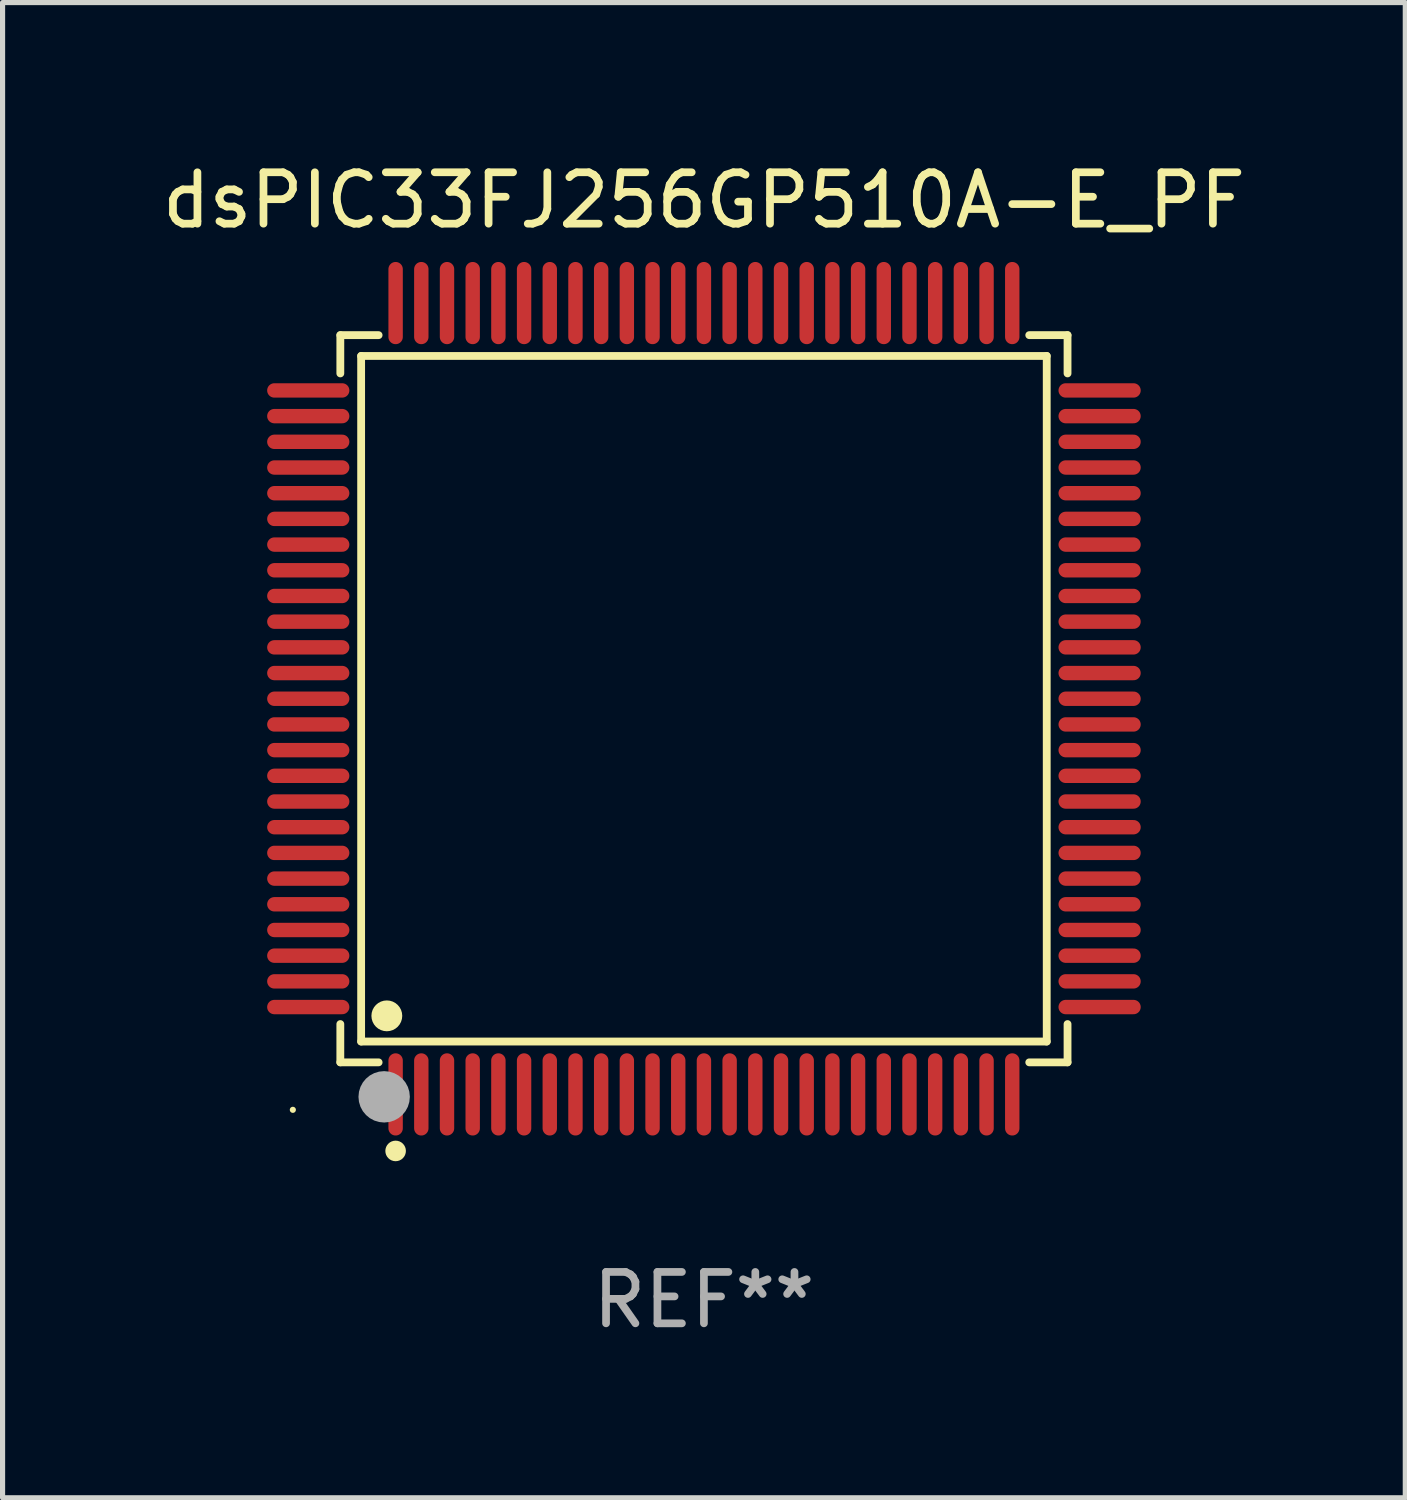
<source format=kicad_pcb>
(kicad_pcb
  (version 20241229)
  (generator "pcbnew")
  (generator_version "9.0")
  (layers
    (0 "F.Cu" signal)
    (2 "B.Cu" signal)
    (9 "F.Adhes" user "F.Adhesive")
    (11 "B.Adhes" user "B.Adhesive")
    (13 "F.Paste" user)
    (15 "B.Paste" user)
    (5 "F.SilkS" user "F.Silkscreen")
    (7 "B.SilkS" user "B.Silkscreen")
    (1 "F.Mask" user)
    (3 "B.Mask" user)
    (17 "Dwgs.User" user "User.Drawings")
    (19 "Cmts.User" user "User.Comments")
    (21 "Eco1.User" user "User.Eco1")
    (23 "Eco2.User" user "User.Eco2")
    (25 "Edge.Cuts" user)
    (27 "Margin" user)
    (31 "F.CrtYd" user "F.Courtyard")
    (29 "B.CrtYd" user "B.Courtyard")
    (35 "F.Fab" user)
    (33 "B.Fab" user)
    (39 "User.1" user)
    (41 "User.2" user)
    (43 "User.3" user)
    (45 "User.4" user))
  (footprint "dsPIC33FJ256GP510A-E_PF"
    (layer "F.Cu")
    (at 10.649 10.548)
    (property "Reference" "dsPIC33FJ256GP510A-E_PF" (at 0 -9.7 0) (layer "F.SilkS") (effects (font (size 1 1) (thickness 0.15))))
    (attr through_hole)
    (fp_line (start -7.076 -7.076) (end -6.331 -7.076) (stroke (width 0.152) (type solid)) (layer "F.SilkS"))
    (fp_line (start -7.076 -6.331) (end -7.076 -7.076) (stroke (width 0.152) (type solid)) (layer "F.SilkS"))
    (fp_line (start -7.076 6.331) (end -7.076 7.076) (stroke (width 0.152) (type solid)) (layer "F.SilkS"))
    (fp_line (start -7.076 7.076) (end -6.331 7.076) (stroke (width 0.152) (type solid)) (layer "F.SilkS"))
    (fp_line (start -6.671 -6.671) (end 6.671 -6.671) (stroke (width 0.152) (type solid)) (layer "F.SilkS"))
    (fp_line (start -6.671 6.671) (end -6.671 -6.671) (stroke (width 0.152) (type solid)) (layer "F.SilkS"))
    (fp_line (start 6.671 -6.671) (end 6.671 6.671) (stroke (width 0.152) (type solid)) (layer "F.SilkS"))
    (fp_line (start 6.671 6.671) (end -6.671 6.671) (stroke (width 0.152) (type solid)) (layer "F.SilkS"))
    (fp_line (start 7.076 -7.076) (end 6.331 -7.076) (stroke (width 0.152) (type solid)) (layer "F.SilkS"))
    (fp_line (start 7.076 -6.331) (end 7.076 -7.076) (stroke (width 0.152) (type solid)) (layer "F.SilkS"))
    (fp_line (start 7.076 6.331) (end 7.076 7.076) (stroke (width 0.152) (type solid)) (layer "F.SilkS"))
    (fp_line (start 7.076 7.076) (end 6.331 7.076) (stroke (width 0.152) (type solid)) (layer "F.SilkS"))
    (fp_circle (center -8 8) (end -7.97 8) (stroke (width 0.06) (type solid)) (fill no) (layer "F.SilkS"))
    (fp_circle (center -6.171 6.171) (end -6.021 6.171) (stroke (width 0.3) (type solid)) (fill no) (layer "F.SilkS"))
    (fp_circle (center -6 8.8) (end -5.9 8.8) (stroke (width 0.2) (type solid)) (fill no) (layer "F.SilkS"))
    (fp_circle (center -6.223 7.747) (end -5.973 7.747) (stroke (width 0.5) (type solid)) (fill no) (layer "F.Fab"))
    (fp_text user "REF**" (at 0 11.7 0) (layer "F.Fab") (effects (font (size 1 1) (thickness 0.15))))
    (pad "1" smd oval (at -6 7.7) (size 0.28 1.6) (layers "F.Cu" "F.Mask" "F.Paste"))
    (pad "2" smd oval (at -5.5 7.7) (size 0.28 1.6) (layers "F.Cu" "F.Mask" "F.Paste"))
    (pad "3" smd oval (at -5 7.7) (size 0.28 1.6) (layers "F.Cu" "F.Mask" "F.Paste"))
    (pad "4" smd oval (at -4.5 7.7) (size 0.28 1.6) (layers "F.Cu" "F.Mask" "F.Paste"))
    (pad "5" smd oval (at -4 7.7) (size 0.28 1.6) (layers "F.Cu" "F.Mask" "F.Paste"))
    (pad "6" smd oval (at -3.5 7.7) (size 0.28 1.6) (layers "F.Cu" "F.Mask" "F.Paste"))
    (pad "7" smd oval (at -3 7.7) (size 0.28 1.6) (layers "F.Cu" "F.Mask" "F.Paste"))
    (pad "8" smd oval (at -2.5 7.7) (size 0.28 1.6) (layers "F.Cu" "F.Mask" "F.Paste"))
    (pad "9" smd oval (at -2 7.7) (size 0.28 1.6) (layers "F.Cu" "F.Mask" "F.Paste"))
    (pad "10" smd oval (at -1.5 7.7) (size 0.28 1.6) (layers "F.Cu" "F.Mask" "F.Paste"))
    (pad "11" smd oval (at -1 7.7) (size 0.28 1.6) (layers "F.Cu" "F.Mask" "F.Paste"))
    (pad "12" smd oval (at -0.5 7.7) (size 0.28 1.6) (layers "F.Cu" "F.Mask" "F.Paste"))
    (pad "13" smd oval (at 0 7.7) (size 0.28 1.6) (layers "F.Cu" "F.Mask" "F.Paste"))
    (pad "14" smd oval (at 0.5 7.7) (size 0.28 1.6) (layers "F.Cu" "F.Mask" "F.Paste"))
    (pad "15" smd oval (at 1 7.7) (size 0.28 1.6) (layers "F.Cu" "F.Mask" "F.Paste"))
    (pad "16" smd oval (at 1.5 7.7) (size 0.28 1.6) (layers "F.Cu" "F.Mask" "F.Paste"))
    (pad "17" smd oval (at 2 7.7) (size 0.28 1.6) (layers "F.Cu" "F.Mask" "F.Paste"))
    (pad "18" smd oval (at 2.5 7.7) (size 0.28 1.6) (layers "F.Cu" "F.Mask" "F.Paste"))
    (pad "19" smd oval (at 3 7.7) (size 0.28 1.6) (layers "F.Cu" "F.Mask" "F.Paste"))
    (pad "20" smd oval (at 3.5 7.7) (size 0.28 1.6) (layers "F.Cu" "F.Mask" "F.Paste"))
    (pad "21" smd oval (at 4 7.7) (size 0.28 1.6) (layers "F.Cu" "F.Mask" "F.Paste"))
    (pad "22" smd oval (at 4.5 7.7) (size 0.28 1.6) (layers "F.Cu" "F.Mask" "F.Paste"))
    (pad "23" smd oval (at 5 7.7) (size 0.28 1.6) (layers "F.Cu" "F.Mask" "F.Paste"))
    (pad "24" smd oval (at 5.5 7.7) (size 0.28 1.6) (layers "F.Cu" "F.Mask" "F.Paste"))
    (pad "25" smd oval (at 6 7.7) (size 0.28 1.6) (layers "F.Cu" "F.Mask" "F.Paste"))
    (pad "26" smd oval (at 7.7 6) (size 1.6 0.28) (layers "F.Cu" "F.Mask" "F.Paste"))
    (pad "27" smd oval (at 7.7 5.5) (size 1.6 0.28) (layers "F.Cu" "F.Mask" "F.Paste"))
    (pad "28" smd oval (at 7.7 5) (size 1.6 0.28) (layers "F.Cu" "F.Mask" "F.Paste"))
    (pad "29" smd oval (at 7.7 4.5) (size 1.6 0.28) (layers "F.Cu" "F.Mask" "F.Paste"))
    (pad "30" smd oval (at 7.7 4) (size 1.6 0.28) (layers "F.Cu" "F.Mask" "F.Paste"))
    (pad "31" smd oval (at 7.7 3.5) (size 1.6 0.28) (layers "F.Cu" "F.Mask" "F.Paste"))
    (pad "32" smd oval (at 7.7 3) (size 1.6 0.28) (layers "F.Cu" "F.Mask" "F.Paste"))
    (pad "33" smd oval (at 7.7 2.5) (size 1.6 0.28) (layers "F.Cu" "F.Mask" "F.Paste"))
    (pad "34" smd oval (at 7.7 2) (size 1.6 0.28) (layers "F.Cu" "F.Mask" "F.Paste"))
    (pad "35" smd oval (at 7.7 1.5) (size 1.6 0.28) (layers "F.Cu" "F.Mask" "F.Paste"))
    (pad "36" smd oval (at 7.7 1) (size 1.6 0.28) (layers "F.Cu" "F.Mask" "F.Paste"))
    (pad "37" smd oval (at 7.7 0.5) (size 1.6 0.28) (layers "F.Cu" "F.Mask" "F.Paste"))
    (pad "38" smd oval (at 7.7 0) (size 1.6 0.28) (layers "F.Cu" "F.Mask" "F.Paste"))
    (pad "39" smd oval (at 7.7 -0.5) (size 1.6 0.28) (layers "F.Cu" "F.Mask" "F.Paste"))
    (pad "40" smd oval (at 7.7 -1) (size 1.6 0.28) (layers "F.Cu" "F.Mask" "F.Paste"))
    (pad "41" smd oval (at 7.7 -1.5) (size 1.6 0.28) (layers "F.Cu" "F.Mask" "F.Paste"))
    (pad "42" smd oval (at 7.7 -2) (size 1.6 0.28) (layers "F.Cu" "F.Mask" "F.Paste"))
    (pad "43" smd oval (at 7.7 -2.5) (size 1.6 0.28) (layers "F.Cu" "F.Mask" "F.Paste"))
    (pad "44" smd oval (at 7.7 -3) (size 1.6 0.28) (layers "F.Cu" "F.Mask" "F.Paste"))
    (pad "45" smd oval (at 7.7 -3.5) (size 1.6 0.28) (layers "F.Cu" "F.Mask" "F.Paste"))
    (pad "46" smd oval (at 7.7 -4) (size 1.6 0.28) (layers "F.Cu" "F.Mask" "F.Paste"))
    (pad "47" smd oval (at 7.7 -4.5) (size 1.6 0.28) (layers "F.Cu" "F.Mask" "F.Paste"))
    (pad "48" smd oval (at 7.7 -5) (size 1.6 0.28) (layers "F.Cu" "F.Mask" "F.Paste"))
    (pad "49" smd oval (at 7.7 -5.5) (size 1.6 0.28) (layers "F.Cu" "F.Mask" "F.Paste"))
    (pad "50" smd oval (at 7.7 -6) (size 1.6 0.28) (layers "F.Cu" "F.Mask" "F.Paste"))
    (pad "51" smd oval (at 6 -7.7) (size 0.28 1.6) (layers "F.Cu" "F.Mask" "F.Paste"))
    (pad "52" smd oval (at 5.5 -7.7) (size 0.28 1.6) (layers "F.Cu" "F.Mask" "F.Paste"))
    (pad "53" smd oval (at 5 -7.7) (size 0.28 1.6) (layers "F.Cu" "F.Mask" "F.Paste"))
    (pad "54" smd oval (at 4.5 -7.7) (size 0.28 1.6) (layers "F.Cu" "F.Mask" "F.Paste"))
    (pad "55" smd oval (at 4 -7.7) (size 0.28 1.6) (layers "F.Cu" "F.Mask" "F.Paste"))
    (pad "56" smd oval (at 3.5 -7.7) (size 0.28 1.6) (layers "F.Cu" "F.Mask" "F.Paste"))
    (pad "57" smd oval (at 3 -7.7) (size 0.28 1.6) (layers "F.Cu" "F.Mask" "F.Paste"))
    (pad "58" smd oval (at 2.5 -7.7) (size 0.28 1.6) (layers "F.Cu" "F.Mask" "F.Paste"))
    (pad "59" smd oval (at 2 -7.7) (size 0.28 1.6) (layers "F.Cu" "F.Mask" "F.Paste"))
    (pad "60" smd oval (at 1.5 -7.7) (size 0.28 1.6) (layers "F.Cu" "F.Mask" "F.Paste"))
    (pad "61" smd oval (at 1 -7.7) (size 0.28 1.6) (layers "F.Cu" "F.Mask" "F.Paste"))
    (pad "62" smd oval (at 0.5 -7.7) (size 0.28 1.6) (layers "F.Cu" "F.Mask" "F.Paste"))
    (pad "63" smd oval (at 0 -7.7) (size 0.28 1.6) (layers "F.Cu" "F.Mask" "F.Paste"))
    (pad "64" smd oval (at -0.5 -7.7) (size 0.28 1.6) (layers "F.Cu" "F.Mask" "F.Paste"))
    (pad "65" smd oval (at -1 -7.7) (size 0.28 1.6) (layers "F.Cu" "F.Mask" "F.Paste"))
    (pad "66" smd oval (at -1.5 -7.7) (size 0.28 1.6) (layers "F.Cu" "F.Mask" "F.Paste"))
    (pad "67" smd oval (at -2 -7.7) (size 0.28 1.6) (layers "F.Cu" "F.Mask" "F.Paste"))
    (pad "68" smd oval (at -2.5 -7.7) (size 0.28 1.6) (layers "F.Cu" "F.Mask" "F.Paste"))
    (pad "69" smd oval (at -3 -7.7) (size 0.28 1.6) (layers "F.Cu" "F.Mask" "F.Paste"))
    (pad "70" smd oval (at -3.5 -7.7) (size 0.28 1.6) (layers "F.Cu" "F.Mask" "F.Paste"))
    (pad "71" smd oval (at -4 -7.7) (size 0.28 1.6) (layers "F.Cu" "F.Mask" "F.Paste"))
    (pad "72" smd oval (at -4.5 -7.7) (size 0.28 1.6) (layers "F.Cu" "F.Mask" "F.Paste"))
    (pad "73" smd oval (at -5 -7.7) (size 0.28 1.6) (layers "F.Cu" "F.Mask" "F.Paste"))
    (pad "74" smd oval (at -5.5 -7.7) (size 0.28 1.6) (layers "F.Cu" "F.Mask" "F.Paste"))
    (pad "75" smd oval (at -6 -7.7) (size 0.28 1.6) (layers "F.Cu" "F.Mask" "F.Paste"))
    (pad "76" smd oval (at -7.7 -6) (size 1.6 0.28) (layers "F.Cu" "F.Mask" "F.Paste"))
    (pad "77" smd oval (at -7.7 -5.5) (size 1.6 0.28) (layers "F.Cu" "F.Mask" "F.Paste"))
    (pad "78" smd oval (at -7.7 -5) (size 1.6 0.28) (layers "F.Cu" "F.Mask" "F.Paste"))
    (pad "79" smd oval (at -7.7 -4.5) (size 1.6 0.28) (layers "F.Cu" "F.Mask" "F.Paste"))
    (pad "80" smd oval (at -7.7 -4) (size 1.6 0.28) (layers "F.Cu" "F.Mask" "F.Paste"))
    (pad "81" smd oval (at -7.7 -3.5) (size 1.6 0.28) (layers "F.Cu" "F.Mask" "F.Paste"))
    (pad "82" smd oval (at -7.7 -3) (size 1.6 0.28) (layers "F.Cu" "F.Mask" "F.Paste"))
    (pad "83" smd oval (at -7.7 -2.5) (size 1.6 0.28) (layers "F.Cu" "F.Mask" "F.Paste"))
    (pad "84" smd oval (at -7.7 -2) (size 1.6 0.28) (layers "F.Cu" "F.Mask" "F.Paste"))
    (pad "85" smd oval (at -7.7 -1.5) (size 1.6 0.28) (layers "F.Cu" "F.Mask" "F.Paste"))
    (pad "86" smd oval (at -7.7 -1) (size 1.6 0.28) (layers "F.Cu" "F.Mask" "F.Paste"))
    (pad "87" smd oval (at -7.7 -0.5) (size 1.6 0.28) (layers "F.Cu" "F.Mask" "F.Paste"))
    (pad "88" smd oval (at -7.7 0) (size 1.6 0.28) (layers "F.Cu" "F.Mask" "F.Paste"))
    (pad "89" smd oval (at -7.7 0.5) (size 1.6 0.28) (layers "F.Cu" "F.Mask" "F.Paste"))
    (pad "90" smd oval (at -7.7 1) (size 1.6 0.28) (layers "F.Cu" "F.Mask" "F.Paste"))
    (pad "91" smd oval (at -7.7 1.5) (size 1.6 0.28) (layers "F.Cu" "F.Mask" "F.Paste"))
    (pad "92" smd oval (at -7.7 2) (size 1.6 0.28) (layers "F.Cu" "F.Mask" "F.Paste"))
    (pad "93" smd oval (at -7.7 2.5) (size 1.6 0.28) (layers "F.Cu" "F.Mask" "F.Paste"))
    (pad "94" smd oval (at -7.7 3) (size 1.6 0.28) (layers "F.Cu" "F.Mask" "F.Paste"))
    (pad "95" smd oval (at -7.7 3.5) (size 1.6 0.28) (layers "F.Cu" "F.Mask" "F.Paste"))
    (pad "96" smd oval (at -7.7 4) (size 1.6 0.28) (layers "F.Cu" "F.Mask" "F.Paste"))
    (pad "97" smd oval (at -7.7 4.5) (size 1.6 0.28) (layers "F.Cu" "F.Mask" "F.Paste"))
    (pad "98" smd oval (at -7.7 5) (size 1.6 0.28) (layers "F.Cu" "F.Mask" "F.Paste"))
    (pad "99" smd oval (at -7.7 5.5) (size 1.6 0.28) (layers "F.Cu" "F.Mask" "F.Paste"))
    (pad "100" smd oval (at -7.7 6) (size 1.6 0.28) (layers "F.Cu" "F.Mask" "F.Paste")))
  (gr_rect
    (start -3 -3)
    (end 24.298 26.097)
    (stroke (width 0.1) (type default))
    (fill no)
    (layer "Edge.Cuts")))
</source>
